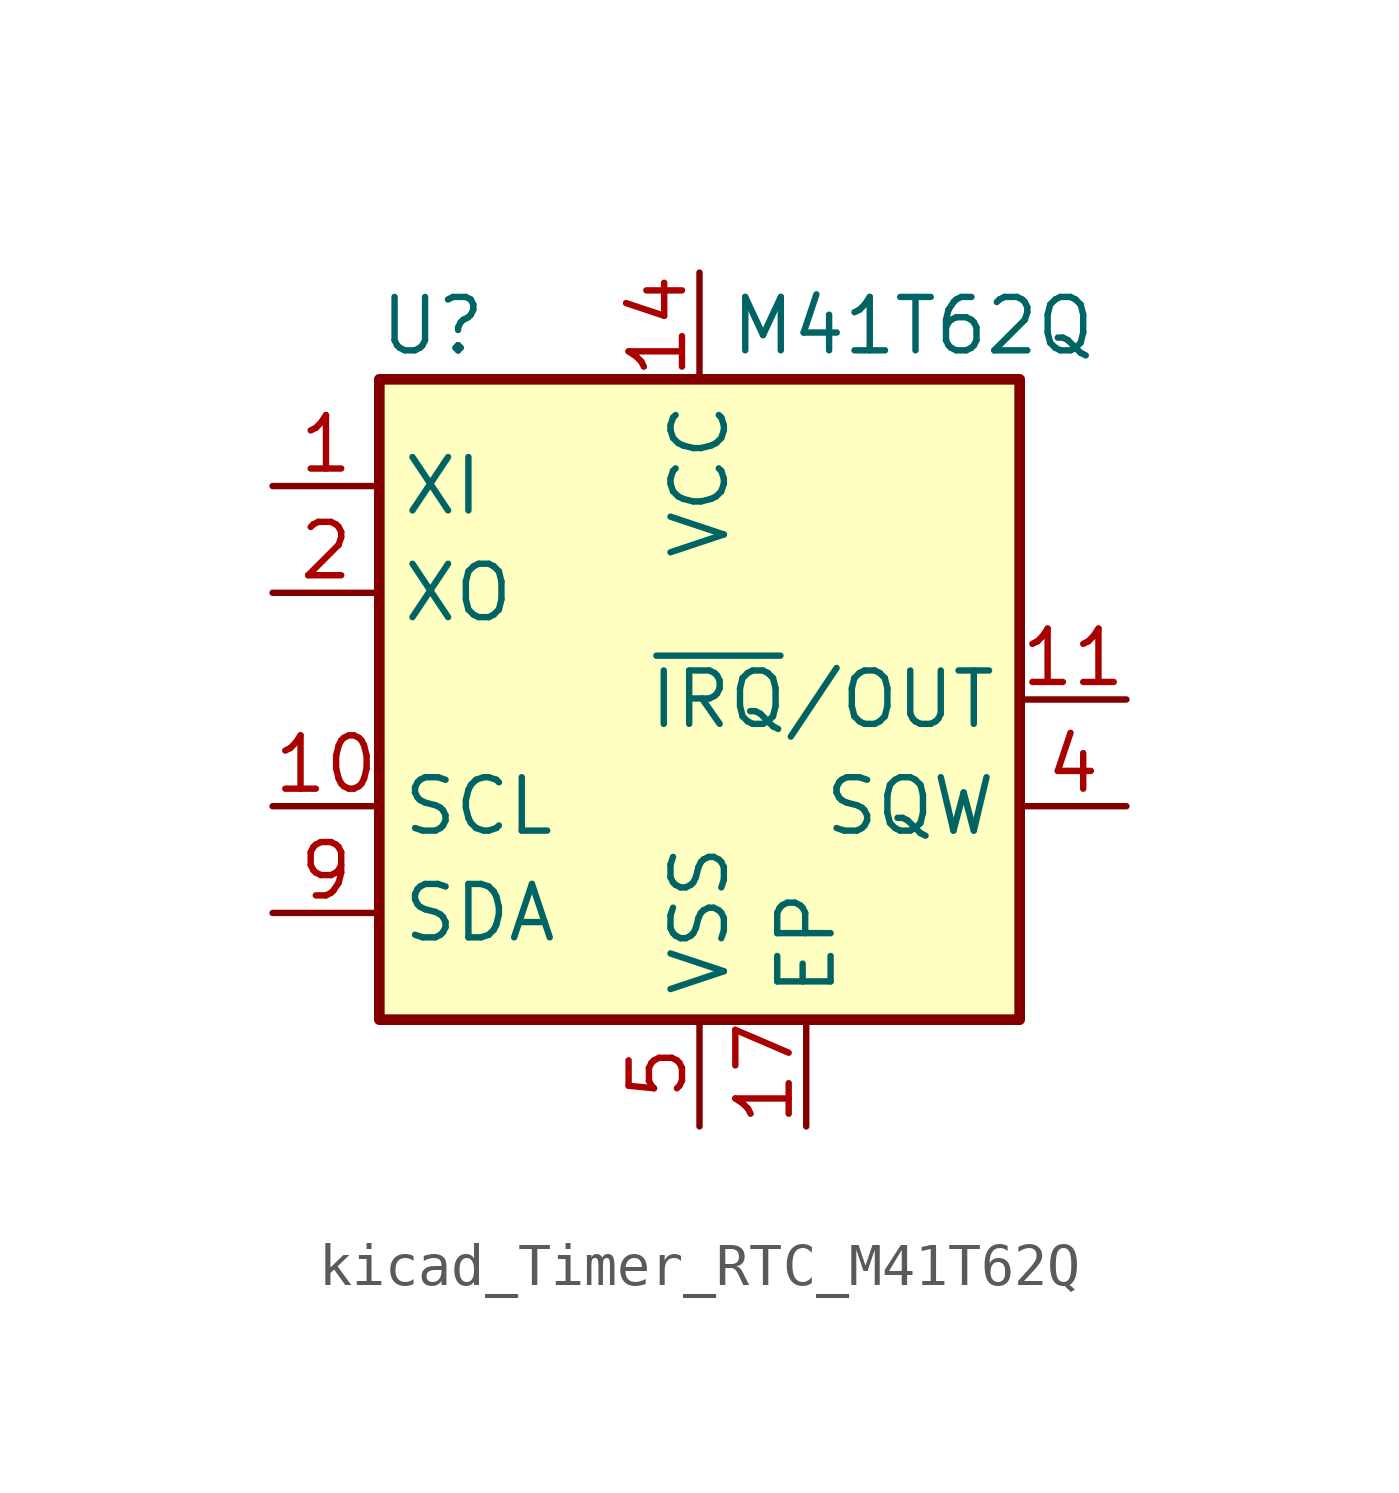
<source format=kicad_sym>
(kicad_symbol_lib
  (version 20220914)
  (generator kicad_symbol_editor)
  (symbol "kicad_Timer_RTC_M41T62Q"
    (property "Reference" "U"
      (at -6.35 8.89 0)
      (effects (font (size 1.27 1.27))))
    (property "Value" "M41T62Q"
      (at 5.08 8.89 0)
      (effects (font (size 1.27 1.27))))
    (symbol "kicad_Timer_RTC_M41T62Q_0_1"
      (rectangle (start -7.62 7.62) (end 7.62 -7.62) (stroke (width 0.254) (type default)) (fill (type background))))
    (symbol "kicad_Timer_RTC_M41T62Q_1_1"
      (pin input line (at -10.16 5.08 0) (length 2.54) (name "XI" (effects (font (size 1.27 1.27)))) (number "1" (effects (font (size 1.27 1.27)))))
      (pin input line (at -10.16 -2.54 0) (length 2.54) (name "SCL" (effects (font (size 1.27 1.27)))) (number "10" (effects (font (size 1.27 1.27)))))
      (pin output line (at 10.16 0 180) (length 2.54) (name "~{IRQ}/OUT" (effects (font (size 1.27 1.27)))) (number "11" (effects (font (size 1.27 1.27)))))
      (pin power_in line (at 0 10.16 270) (length 2.54) (name "VCC" (effects (font (size 1.27 1.27)))) (number "14" (effects (font (size 1.27 1.27)))))
      (pin passive line (at 2.54 -10.16 90) (length 2.54) (name "EP" (effects (font (size 1.27 1.27)))) (number "17" (effects (font (size 1.27 1.27)))))
      (pin input line (at -10.16 2.54 0) (length 2.54) (name "XO" (effects (font (size 1.27 1.27)))) (number "2" (effects (font (size 1.27 1.27)))))
      (pin output line (at 10.16 -2.54 180) (length 2.54) (name "SQW" (effects (font (size 1.27 1.27)))) (number "4" (effects (font (size 1.27 1.27)))))
      (pin power_in line (at 0 -10.16 90) (length 2.54) (name "VSS" (effects (font (size 1.27 1.27)))) (number "5" (effects (font (size 1.27 1.27)))))
      (pin bidirectional line (at -10.16 -5.08 0) (length 2.54) (name "SDA" (effects (font (size 1.27 1.27)))) (number "9" (effects (font (size 1.27 1.27))))))))
</source>
